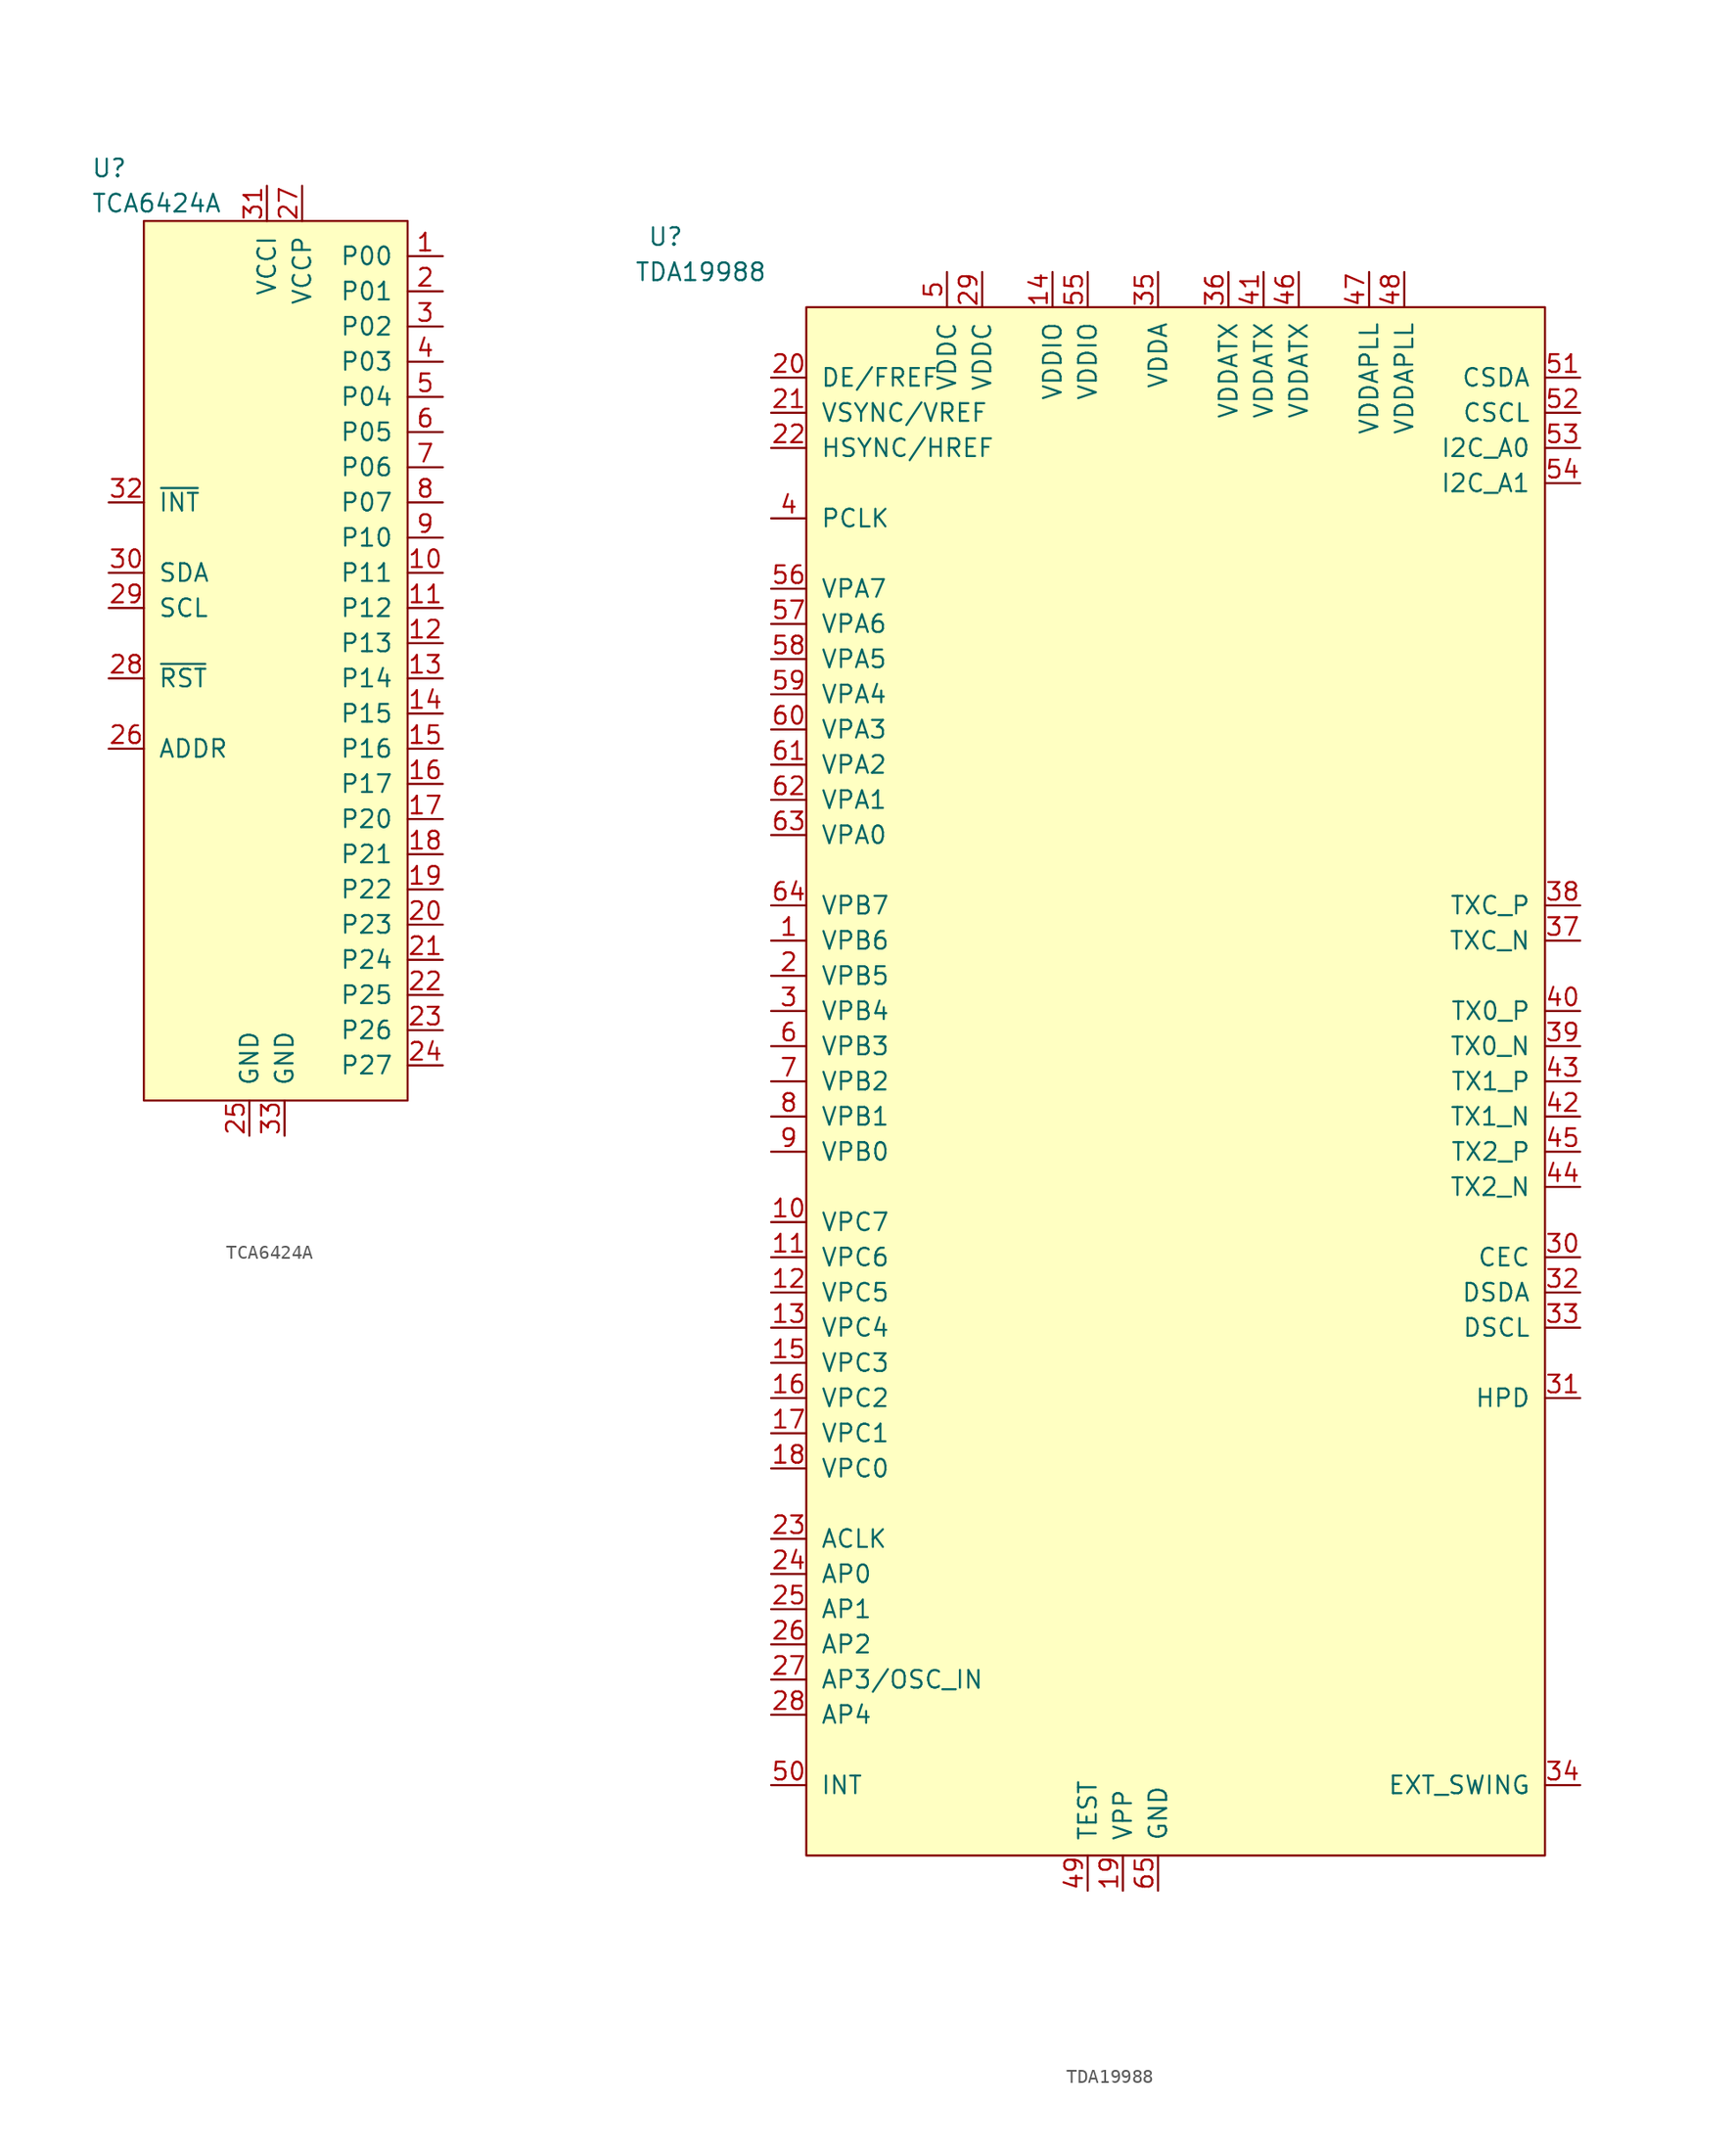
<source format=kicad_sym>
(kicad_symbol_lib
  (version 20211014)
  (generator kicad_symbol_editor)
  (symbol "TCA6424A"
    (pin_names
      (offset 1.016))
    (property "Reference" "U"
      (at -3.81 3.81 0)
      (effects (font (size 1.27 1.27)) (justify left)))
    (property "Value" "TCA6424A"
      (at -3.81 1.27 0)
      (effects (font (size 1.27 1.27)) (justify left)))
    (symbol "TCA6424A_0_1"
      (rectangle (start 0 0) (end 19.05 -63.5) (stroke (width 0) (type default) (color 0 0 0 0)) (fill (type background))))
    (symbol "TCA6424A_1_1"
      (pin bidirectional line (at 21.59 -2.54 180) (length 2.54) (name "P00" (effects (font (size 1.27 1.27)))) (number "1" (effects (font (size 1.27 1.27)))))
      (pin bidirectional line (at 21.59 -25.4 180) (length 2.54) (name "P11" (effects (font (size 1.27 1.27)))) (number "10" (effects (font (size 1.27 1.27)))))
      (pin bidirectional line (at 21.59 -27.94 180) (length 2.54) (name "P12" (effects (font (size 1.27 1.27)))) (number "11" (effects (font (size 1.27 1.27)))))
      (pin bidirectional line (at 21.59 -30.48 180) (length 2.54) (name "P13" (effects (font (size 1.27 1.27)))) (number "12" (effects (font (size 1.27 1.27)))))
      (pin bidirectional line (at 21.59 -33.02 180) (length 2.54) (name "P14" (effects (font (size 1.27 1.27)))) (number "13" (effects (font (size 1.27 1.27)))))
      (pin bidirectional line (at 21.59 -35.56 180) (length 2.54) (name "P15" (effects (font (size 1.27 1.27)))) (number "14" (effects (font (size 1.27 1.27)))))
      (pin bidirectional line (at 21.59 -38.1 180) (length 2.54) (name "P16" (effects (font (size 1.27 1.27)))) (number "15" (effects (font (size 1.27 1.27)))))
      (pin bidirectional line (at 21.59 -40.64 180) (length 2.54) (name "P17" (effects (font (size 1.27 1.27)))) (number "16" (effects (font (size 1.27 1.27)))))
      (pin bidirectional line (at 21.59 -43.18 180) (length 2.54) (name "P20" (effects (font (size 1.27 1.27)))) (number "17" (effects (font (size 1.27 1.27)))))
      (pin bidirectional line (at 21.59 -45.72 180) (length 2.54) (name "P21" (effects (font (size 1.27 1.27)))) (number "18" (effects (font (size 1.27 1.27)))))
      (pin bidirectional line (at 21.59 -48.26 180) (length 2.54) (name "P22" (effects (font (size 1.27 1.27)))) (number "19" (effects (font (size 1.27 1.27)))))
      (pin bidirectional line (at 21.59 -5.08 180) (length 2.54) (name "P01" (effects (font (size 1.27 1.27)))) (number "2" (effects (font (size 1.27 1.27)))))
      (pin bidirectional line (at 21.59 -50.8 180) (length 2.54) (name "P23" (effects (font (size 1.27 1.27)))) (number "20" (effects (font (size 1.27 1.27)))))
      (pin bidirectional line (at 21.59 -53.34 180) (length 2.54) (name "P24" (effects (font (size 1.27 1.27)))) (number "21" (effects (font (size 1.27 1.27)))))
      (pin bidirectional line (at 21.59 -55.88 180) (length 2.54) (name "P25" (effects (font (size 1.27 1.27)))) (number "22" (effects (font (size 1.27 1.27)))))
      (pin bidirectional line (at 21.59 -58.42 180) (length 2.54) (name "P26" (effects (font (size 1.27 1.27)))) (number "23" (effects (font (size 1.27 1.27)))))
      (pin bidirectional line (at 21.59 -60.96 180) (length 2.54) (name "P27" (effects (font (size 1.27 1.27)))) (number "24" (effects (font (size 1.27 1.27)))))
      (pin power_in line (at 7.62 -66.04 90) (length 2.54) (name "GND" (effects (font (size 1.27 1.27)))) (number "25" (effects (font (size 1.27 1.27)))))
      (pin input line (at -2.54 -38.1 0) (length 2.54) (name "ADDR" (effects (font (size 1.27 1.27)))) (number "26" (effects (font (size 1.27 1.27)))))
      (pin power_in line (at 11.43 2.54 270) (length 2.54) (name "VCCP" (effects (font (size 1.27 1.27)))) (number "27" (effects (font (size 1.27 1.27)))))
      (pin input line (at -2.54 -33.02 0) (length 2.54) (name "~{RST}" (effects (font (size 1.27 1.27)))) (number "28" (effects (font (size 1.27 1.27)))))
      (pin input line (at -2.54 -27.94 0) (length 2.54) (name "SCL" (effects (font (size 1.27 1.27)))) (number "29" (effects (font (size 1.27 1.27)))))
      (pin bidirectional line (at 21.59 -7.62 180) (length 2.54) (name "P02" (effects (font (size 1.27 1.27)))) (number "3" (effects (font (size 1.27 1.27)))))
      (pin bidirectional line (at -2.54 -25.4 0) (length 2.54) (name "SDA" (effects (font (size 1.27 1.27)))) (number "30" (effects (font (size 1.27 1.27)))))
      (pin power_in line (at 8.89 2.54 270) (length 2.54) (name "VCCI" (effects (font (size 1.27 1.27)))) (number "31" (effects (font (size 1.27 1.27)))))
      (pin output line (at -2.54 -20.32 0) (length 2.54) (name "~{INT}" (effects (font (size 1.27 1.27)))) (number "32" (effects (font (size 1.27 1.27)))))
      (pin power_in line (at 10.16 -66.04 90) (length 2.54) (name "GND" (effects (font (size 1.27 1.27)))) (number "33" (effects (font (size 1.27 1.27)))))
      (pin bidirectional line (at 21.59 -10.16 180) (length 2.54) (name "P03" (effects (font (size 1.27 1.27)))) (number "4" (effects (font (size 1.27 1.27)))))
      (pin bidirectional line (at 21.59 -12.7 180) (length 2.54) (name "P04" (effects (font (size 1.27 1.27)))) (number "5" (effects (font (size 1.27 1.27)))))
      (pin bidirectional line (at 21.59 -15.24 180) (length 2.54) (name "P05" (effects (font (size 1.27 1.27)))) (number "6" (effects (font (size 1.27 1.27)))))
      (pin bidirectional line (at 21.59 -17.78 180) (length 2.54) (name "P06" (effects (font (size 1.27 1.27)))) (number "7" (effects (font (size 1.27 1.27)))))
      (pin bidirectional line (at 21.59 -20.32 180) (length 2.54) (name "P07" (effects (font (size 1.27 1.27)))) (number "8" (effects (font (size 1.27 1.27)))))
      (pin bidirectional line (at 21.59 -22.86 180) (length 2.54) (name "P10" (effects (font (size 1.27 1.27)))) (number "9" (effects (font (size 1.27 1.27)))))))
  (symbol "TDA19988"
    (pin_names
      (offset 1.016))
    (property "Reference" "U"
      (at -10.16 5.08 0)
      (effects (font (size 1.27 1.27))))
    (property "Value" "TDA19988"
      (at -7.62 2.54 0)
      (effects (font (size 1.27 1.27))))
    (symbol "TDA19988_0_1"
      (rectangle (start 0 0) (end 53.34 -111.76) (stroke (width 0) (type default) (color 0 0 0 0)) (fill (type background))))
    (symbol "TDA19988_1_1"
      (pin input line (at -2.54 -45.72 0) (length 2.54) (name "VPB6" (effects (font (size 1.27 1.27)))) (number "1" (effects (font (size 1.27 1.27)))))
      (pin input line (at -2.54 -66.04 0) (length 2.54) (name "VPC7" (effects (font (size 1.27 1.27)))) (number "10" (effects (font (size 1.27 1.27)))))
      (pin input line (at -2.54 -68.58 0) (length 2.54) (name "VPC6" (effects (font (size 1.27 1.27)))) (number "11" (effects (font (size 1.27 1.27)))))
      (pin input line (at -2.54 -71.12 0) (length 2.54) (name "VPC5" (effects (font (size 1.27 1.27)))) (number "12" (effects (font (size 1.27 1.27)))))
      (pin input line (at -2.54 -73.66 0) (length 2.54) (name "VPC4" (effects (font (size 1.27 1.27)))) (number "13" (effects (font (size 1.27 1.27)))))
      (pin power_in line (at 17.78 2.54 270) (length 2.54) (name "VDDIO" (effects (font (size 1.27 1.27)))) (number "14" (effects (font (size 1.27 1.27)))))
      (pin input line (at -2.54 -76.2 0) (length 2.54) (name "VPC3" (effects (font (size 1.27 1.27)))) (number "15" (effects (font (size 1.27 1.27)))))
      (pin input line (at -2.54 -78.74 0) (length 2.54) (name "VPC2" (effects (font (size 1.27 1.27)))) (number "16" (effects (font (size 1.27 1.27)))))
      (pin input line (at -2.54 -81.28 0) (length 2.54) (name "VPC1" (effects (font (size 1.27 1.27)))) (number "17" (effects (font (size 1.27 1.27)))))
      (pin input line (at -2.54 -83.82 0) (length 2.54) (name "VPC0" (effects (font (size 1.27 1.27)))) (number "18" (effects (font (size 1.27 1.27)))))
      (pin power_in line (at 22.86 -114.3 90) (length 2.54) (name "VPP" (effects (font (size 1.27 1.27)))) (number "19" (effects (font (size 1.27 1.27)))))
      (pin input line (at -2.54 -48.26 0) (length 2.54) (name "VPB5" (effects (font (size 1.27 1.27)))) (number "2" (effects (font (size 1.27 1.27)))))
      (pin input line (at -2.54 -5.08 0) (length 2.54) (name "DE/FREF" (effects (font (size 1.27 1.27)))) (number "20" (effects (font (size 1.27 1.27)))))
      (pin input line (at -2.54 -7.62 0) (length 2.54) (name "VSYNC/VREF" (effects (font (size 1.27 1.27)))) (number "21" (effects (font (size 1.27 1.27)))))
      (pin input line (at -2.54 -10.16 0) (length 2.54) (name "HSYNC/HREF" (effects (font (size 1.27 1.27)))) (number "22" (effects (font (size 1.27 1.27)))))
      (pin input line (at -2.54 -88.9 0) (length 2.54) (name "ACLK" (effects (font (size 1.27 1.27)))) (number "23" (effects (font (size 1.27 1.27)))))
      (pin input line (at -2.54 -91.44 0) (length 2.54) (name "AP0" (effects (font (size 1.27 1.27)))) (number "24" (effects (font (size 1.27 1.27)))))
      (pin input line (at -2.54 -93.98 0) (length 2.54) (name "AP1" (effects (font (size 1.27 1.27)))) (number "25" (effects (font (size 1.27 1.27)))))
      (pin input line (at -2.54 -96.52 0) (length 2.54) (name "AP2" (effects (font (size 1.27 1.27)))) (number "26" (effects (font (size 1.27 1.27)))))
      (pin input line (at -2.54 -99.06 0) (length 2.54) (name "AP3/OSC_IN" (effects (font (size 1.27 1.27)))) (number "27" (effects (font (size 1.27 1.27)))))
      (pin input line (at -2.54 -101.6 0) (length 2.54) (name "AP4" (effects (font (size 1.27 1.27)))) (number "28" (effects (font (size 1.27 1.27)))))
      (pin power_in line (at 12.7 2.54 270) (length 2.54) (name "VDDC" (effects (font (size 1.27 1.27)))) (number "29" (effects (font (size 1.27 1.27)))))
      (pin input line (at -2.54 -50.8 0) (length 2.54) (name "VPB4" (effects (font (size 1.27 1.27)))) (number "3" (effects (font (size 1.27 1.27)))))
      (pin bidirectional line (at 55.88 -68.58 180) (length 2.54) (name "CEC" (effects (font (size 1.27 1.27)))) (number "30" (effects (font (size 1.27 1.27)))))
      (pin input line (at 55.88 -78.74 180) (length 2.54) (name "HPD" (effects (font (size 1.27 1.27)))) (number "31" (effects (font (size 1.27 1.27)))))
      (pin bidirectional line (at 55.88 -71.12 180) (length 2.54) (name "DSDA" (effects (font (size 1.27 1.27)))) (number "32" (effects (font (size 1.27 1.27)))))
      (pin input line (at 55.88 -73.66 180) (length 2.54) (name "DSCL" (effects (font (size 1.27 1.27)))) (number "33" (effects (font (size 1.27 1.27)))))
      (pin passive line (at 55.88 -106.68 180) (length 2.54) (name "EXT_SWING" (effects (font (size 1.27 1.27)))) (number "34" (effects (font (size 1.27 1.27)))))
      (pin power_in line (at 25.4 2.54 270) (length 2.54) (name "VDDA" (effects (font (size 1.27 1.27)))) (number "35" (effects (font (size 1.27 1.27)))))
      (pin power_in line (at 30.48 2.54 270) (length 2.54) (name "VDDATX" (effects (font (size 1.27 1.27)))) (number "36" (effects (font (size 1.27 1.27)))))
      (pin output line (at 55.88 -45.72 180) (length 2.54) (name "TXC_N" (effects (font (size 1.27 1.27)))) (number "37" (effects (font (size 1.27 1.27)))))
      (pin output line (at 55.88 -43.18 180) (length 2.54) (name "TXC_P" (effects (font (size 1.27 1.27)))) (number "38" (effects (font (size 1.27 1.27)))))
      (pin output line (at 55.88 -53.34 180) (length 2.54) (name "TX0_N" (effects (font (size 1.27 1.27)))) (number "39" (effects (font (size 1.27 1.27)))))
      (pin input line (at -2.54 -15.24 0) (length 2.54) (name "PCLK" (effects (font (size 1.27 1.27)))) (number "4" (effects (font (size 1.27 1.27)))))
      (pin output line (at 55.88 -50.8 180) (length 2.54) (name "TX0_P" (effects (font (size 1.27 1.27)))) (number "40" (effects (font (size 1.27 1.27)))))
      (pin power_in line (at 33.02 2.54 270) (length 2.54) (name "VDDATX" (effects (font (size 1.27 1.27)))) (number "41" (effects (font (size 1.27 1.27)))))
      (pin output line (at 55.88 -58.42 180) (length 2.54) (name "TX1_N" (effects (font (size 1.27 1.27)))) (number "42" (effects (font (size 1.27 1.27)))))
      (pin output line (at 55.88 -55.88 180) (length 2.54) (name "TX1_P" (effects (font (size 1.27 1.27)))) (number "43" (effects (font (size 1.27 1.27)))))
      (pin output line (at 55.88 -63.5 180) (length 2.54) (name "TX2_N" (effects (font (size 1.27 1.27)))) (number "44" (effects (font (size 1.27 1.27)))))
      (pin output line (at 55.88 -60.96 180) (length 2.54) (name "TX2_P" (effects (font (size 1.27 1.27)))) (number "45" (effects (font (size 1.27 1.27)))))
      (pin power_in line (at 35.56 2.54 270) (length 2.54) (name "VDDATX" (effects (font (size 1.27 1.27)))) (number "46" (effects (font (size 1.27 1.27)))))
      (pin power_in line (at 40.64 2.54 270) (length 2.54) (name "VDDAPLL" (effects (font (size 1.27 1.27)))) (number "47" (effects (font (size 1.27 1.27)))))
      (pin power_in line (at 43.18 2.54 270) (length 2.54) (name "VDDAPLL" (effects (font (size 1.27 1.27)))) (number "48" (effects (font (size 1.27 1.27)))))
      (pin passive line (at 20.32 -114.3 90) (length 2.54) (name "TEST" (effects (font (size 1.27 1.27)))) (number "49" (effects (font (size 1.27 1.27)))))
      (pin power_in line (at 10.16 2.54 270) (length 2.54) (name "VDDC" (effects (font (size 1.27 1.27)))) (number "5" (effects (font (size 1.27 1.27)))))
      (pin output line (at -2.54 -106.68 0) (length 2.54) (name "INT" (effects (font (size 1.27 1.27)))) (number "50" (effects (font (size 1.27 1.27)))))
      (pin bidirectional line (at 55.88 -5.08 180) (length 2.54) (name "CSDA" (effects (font (size 1.27 1.27)))) (number "51" (effects (font (size 1.27 1.27)))))
      (pin input line (at 55.88 -7.62 180) (length 2.54) (name "CSCL" (effects (font (size 1.27 1.27)))) (number "52" (effects (font (size 1.27 1.27)))))
      (pin input line (at 55.88 -10.16 180) (length 2.54) (name "I2C_A0" (effects (font (size 1.27 1.27)))) (number "53" (effects (font (size 1.27 1.27)))))
      (pin input line (at 55.88 -12.7 180) (length 2.54) (name "I2C_A1" (effects (font (size 1.27 1.27)))) (number "54" (effects (font (size 1.27 1.27)))))
      (pin power_in line (at 20.32 2.54 270) (length 2.54) (name "VDDIO" (effects (font (size 1.27 1.27)))) (number "55" (effects (font (size 1.27 1.27)))))
      (pin input line (at -2.54 -20.32 0) (length 2.54) (name "VPA7" (effects (font (size 1.27 1.27)))) (number "56" (effects (font (size 1.27 1.27)))))
      (pin input line (at -2.54 -22.86 0) (length 2.54) (name "VPA6" (effects (font (size 1.27 1.27)))) (number "57" (effects (font (size 1.27 1.27)))))
      (pin input line (at -2.54 -25.4 0) (length 2.54) (name "VPA5" (effects (font (size 1.27 1.27)))) (number "58" (effects (font (size 1.27 1.27)))))
      (pin input line (at -2.54 -27.94 0) (length 2.54) (name "VPA4" (effects (font (size 1.27 1.27)))) (number "59" (effects (font (size 1.27 1.27)))))
      (pin input line (at -2.54 -53.34 0) (length 2.54) (name "VPB3" (effects (font (size 1.27 1.27)))) (number "6" (effects (font (size 1.27 1.27)))))
      (pin input line (at -2.54 -30.48 0) (length 2.54) (name "VPA3" (effects (font (size 1.27 1.27)))) (number "60" (effects (font (size 1.27 1.27)))))
      (pin input line (at -2.54 -33.02 0) (length 2.54) (name "VPA2" (effects (font (size 1.27 1.27)))) (number "61" (effects (font (size 1.27 1.27)))))
      (pin input line (at -2.54 -35.56 0) (length 2.54) (name "VPA1" (effects (font (size 1.27 1.27)))) (number "62" (effects (font (size 1.27 1.27)))))
      (pin input line (at -2.54 -38.1 0) (length 2.54) (name "VPA0" (effects (font (size 1.27 1.27)))) (number "63" (effects (font (size 1.27 1.27)))))
      (pin input line (at -2.54 -43.18 0) (length 2.54) (name "VPB7" (effects (font (size 1.27 1.27)))) (number "64" (effects (font (size 1.27 1.27)))))
      (pin power_in line (at 25.4 -114.3 90) (length 2.54) (name "GND" (effects (font (size 1.27 1.27)))) (number "65" (effects (font (size 1.27 1.27)))))
      (pin input line (at -2.54 -55.88 0) (length 2.54) (name "VPB2" (effects (font (size 1.27 1.27)))) (number "7" (effects (font (size 1.27 1.27)))))
      (pin input line (at -2.54 -58.42 0) (length 2.54) (name "VPB1" (effects (font (size 1.27 1.27)))) (number "8" (effects (font (size 1.27 1.27)))))
      (pin input line (at -2.54 -60.96 0) (length 2.54) (name "VPB0" (effects (font (size 1.27 1.27)))) (number "9" (effects (font (size 1.27 1.27))))))))
</source>
